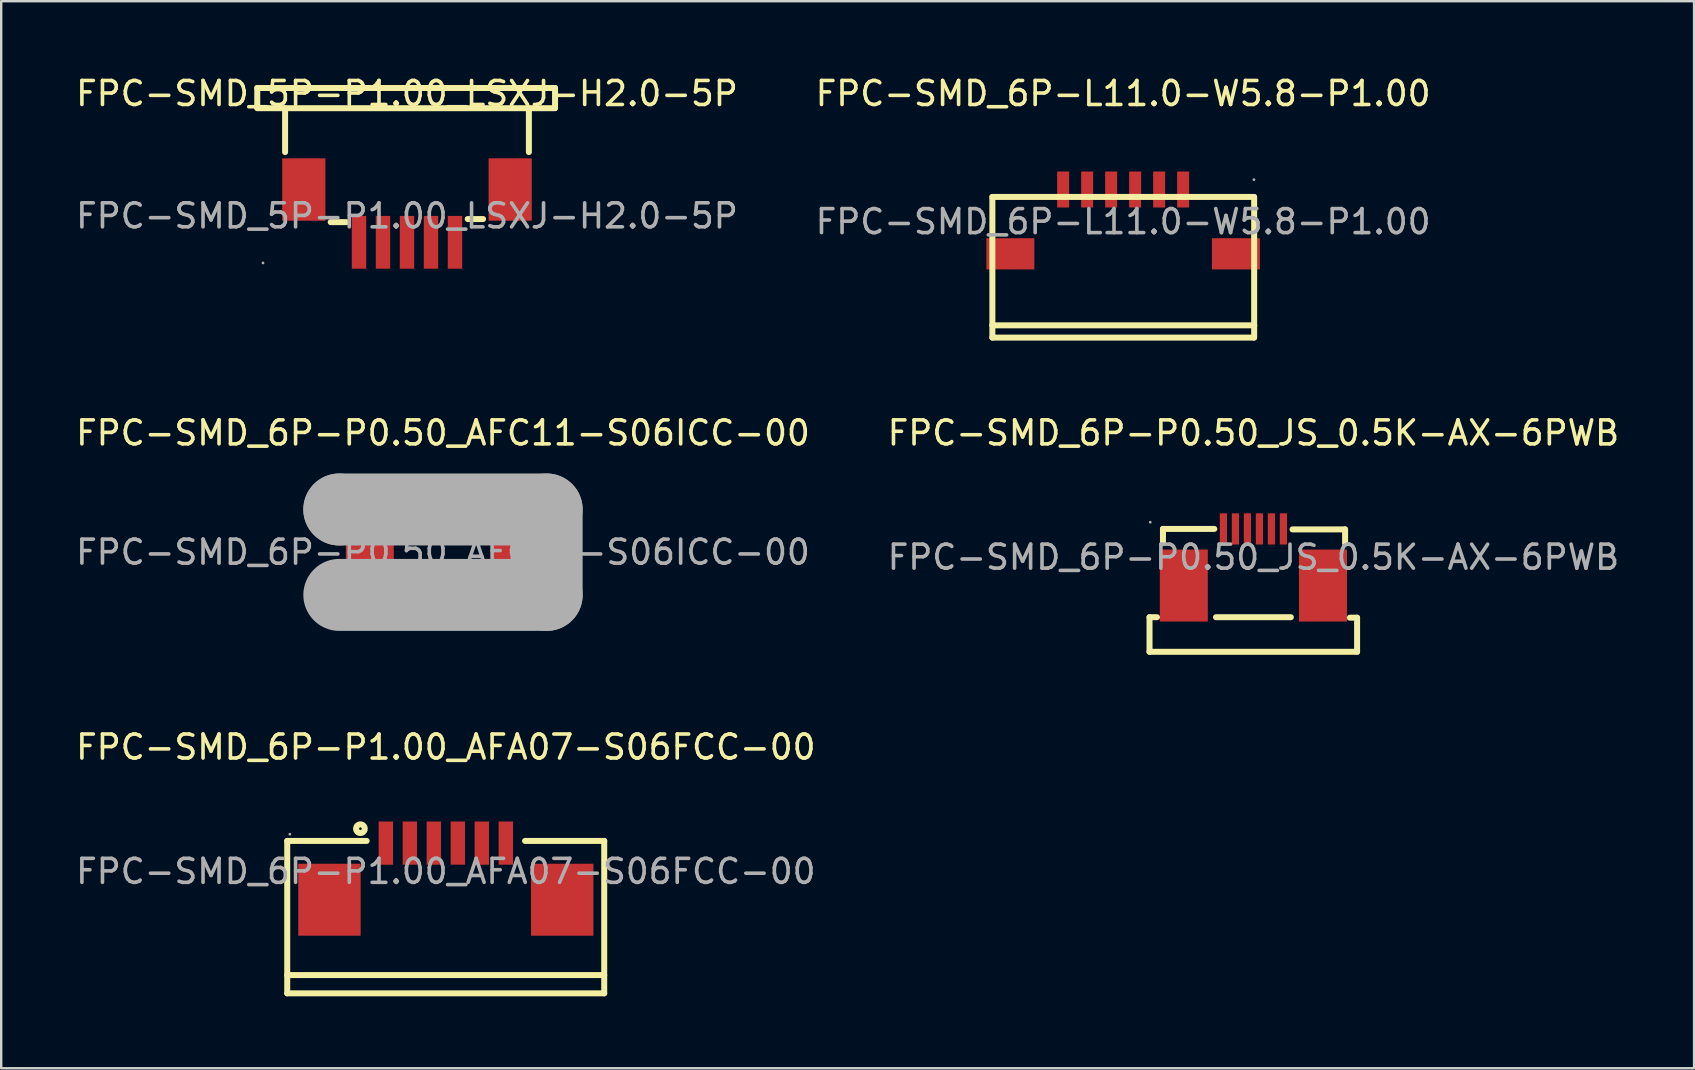
<source format=kicad_pcb>
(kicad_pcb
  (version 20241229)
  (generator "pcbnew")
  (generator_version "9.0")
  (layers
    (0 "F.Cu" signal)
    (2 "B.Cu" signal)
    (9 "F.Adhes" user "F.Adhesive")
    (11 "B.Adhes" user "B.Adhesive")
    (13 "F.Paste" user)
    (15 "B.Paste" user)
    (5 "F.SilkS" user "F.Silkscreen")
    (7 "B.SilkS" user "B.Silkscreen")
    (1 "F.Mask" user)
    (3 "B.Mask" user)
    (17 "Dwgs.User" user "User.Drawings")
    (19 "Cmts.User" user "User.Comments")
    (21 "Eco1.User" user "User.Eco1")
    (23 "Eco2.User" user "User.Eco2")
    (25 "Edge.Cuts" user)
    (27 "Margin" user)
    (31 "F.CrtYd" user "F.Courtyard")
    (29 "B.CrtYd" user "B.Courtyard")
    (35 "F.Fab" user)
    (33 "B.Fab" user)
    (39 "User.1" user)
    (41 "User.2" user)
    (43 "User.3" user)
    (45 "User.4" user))
  (footprint "FPC-SMD_6P-P1.00_AFA07-S06FCC-00"
    (layer "F.Cu")
    (at 15.53 33.265)
    (property "Reference" "FPC-SMD_6P-P1.00_AFA07-S06FCC-00" (at 0 -5.18 0) (layer "F.SilkS") (effects (font (size 1 1) (thickness 0.15))))
    (attr through_hole)
    (fp_line (start -6.61 -1.27) (end -3.3 -1.27) (stroke (width 0.25) (type solid)) (layer "F.SilkS"))
    (fp_line (start -6.61 5.08) (end -6.61 -1.27) (stroke (width 0.25) (type solid)) (layer "F.SilkS"))
    (fp_line (start 6.6 -1.27) (end 3.3 -1.27) (stroke (width 0.25) (type solid)) (layer "F.SilkS"))
    (fp_line (start 6.6 4.32) (end -6.61 4.32) (stroke (width 0.25) (type solid)) (layer "F.SilkS"))
    (fp_line (start 6.6 5.08) (end -6.61 5.08) (stroke (width 0.25) (type solid)) (layer "F.SilkS"))
    (fp_line (start 6.6 5.08) (end 6.6 -1.27) (stroke (width 0.25) (type solid)) (layer "F.SilkS"))
    (fp_circle (center -3.56 -1.78) (end -3.38 -1.78) (stroke (width 0.25) (type solid)) (fill no) (layer "F.SilkS"))
    (fp_circle (center -6.5 -1.55) (end -6.47 -1.55) (stroke (width 0.06) (type solid)) (fill no) (layer "F.Fab"))
    (fp_text user "${REFERENCE}" (at 0 0 0) (layer "F.Fab") (effects (font (size 1 1) (thickness 0.15))))
    (pad "1" smd rect (at -2.5 -1.18 180) (size 0.6 1.8) (layers "F.Cu" "F.Mask" "F.Paste"))
    (pad "2" smd rect (at -1.5 -1.18 180) (size 0.6 1.8) (layers "F.Cu" "F.Mask" "F.Paste"))
    (pad "3" smd rect (at -0.5 -1.18 180) (size 0.6 1.8) (layers "F.Cu" "F.Mask" "F.Paste"))
    (pad "4" smd rect (at 0.5 -1.18 180) (size 0.6 1.8) (layers "F.Cu" "F.Mask" "F.Paste"))
    (pad "5" smd rect (at 1.5 -1.18 180) (size 0.6 1.8) (layers "F.Cu" "F.Mask" "F.Paste"))
    (pad "6" smd rect (at 2.5 -1.18 180) (size 0.6 1.8) (layers "F.Cu" "F.Mask" "F.Paste"))
    (pad "7" smd rect (at 4.85 1.18 180) (size 2.6 3) (layers "F.Cu" "F.Mask" "F.Paste"))
    (pad "8" smd rect (at -4.85 1.18 180) (size 2.6 3) (layers "F.Cu" "F.Mask" "F.Paste")))
  (footprint "FPC-SMD_6P-P0.50_AFC11-S06ICC-00"
    (layer "F.Cu")
    (at 15.411 19.962)
    (property "Reference" "FPC-SMD_6P-P0.50_AFC11-S06ICC-00" (at 0 -4.97 0) (layer "F.SilkS") (effects (font (size 1 1) (thickness 0.15))))
    (attr through_hole)
    (fp_circle (center -1.27 2.16) (end -1.14 2.16) (stroke (width 0.25) (type solid)) (fill no) (layer "F.SilkS"))
    (fp_line (start -4.32 -1.78) (end -4.32 -1.78) (stroke (width 3) (type solid)) (layer "F.Fab"))
    (fp_line (start -4.32 -1.78) (end 4.32 -1.78) (stroke (width 3) (type solid)) (layer "F.Fab"))
    (fp_line (start 4.32 -1.78) (end 4.32 1.78) (stroke (width 3) (type solid)) (layer "F.Fab"))
    (fp_line (start 4.32 1.78) (end -4.32 1.78) (stroke (width 3) (type solid)) (layer "F.Fab"))
    (fp_circle (center -4.3 1.5) (end -4.2 1.5) (stroke (width 0.2) (type solid)) (fill no) (layer "F.Fab"))
    (fp_text user "${REFERENCE}" (at 0 0 0) (layer "F.Fab") (effects (font (size 1 1) (thickness 0.15))))
    (pad "1" smd rect (at -1.25 0.97) (size 0.4 1.15) (layers "F.Cu" "F.Mask" "F.Paste"))
    (pad "2" smd rect (at -0.75 -0.97) (size 0.4 1.15) (layers "F.Cu" "F.Mask" "F.Paste"))
    (pad "3" smd rect (at -0.25 0.97) (size 0.4 1.15) (layers "F.Cu" "F.Mask" "F.Paste"))
    (pad "4" smd rect (at 0.25 -0.97) (size 0.4 1.15) (layers "F.Cu" "F.Mask" "F.Paste"))
    (pad "5" smd rect (at 0.75 0.97) (size 0.4 1.15) (layers "F.Cu" "F.Mask" "F.Paste"))
    (pad "6" smd rect (at 1.25 -0.97) (size 0.4 1.15) (layers "F.Cu" "F.Mask" "F.Paste"))
    (pad "7" smd rect (at 3.05 0) (size 2 2.4) (layers "F.Cu" "F.Mask" "F.Paste"))
    (pad "8" smd rect (at -3.05 0) (size 2 2.4) (layers "F.Cu" "F.Mask" "F.Paste")))
  (footprint "FPC-SMD_6P-L11.0-W5.8-P1.00"
    (layer "F.Cu")
    (at 43.756 6.188)
    (property "Reference" "FPC-SMD_6P-L11.0-W5.8-P1.00" (at 0 -5.34 0) (layer "F.SilkS") (effects (font (size 1 1) (thickness 0.15))))
    (attr through_hole)
    (fp_line (start -5.45 -1.03) (end -5.45 4.32) (stroke (width 0.25) (type solid)) (layer "F.SilkS"))
    (fp_line (start -5.45 -1.03) (end 5.45 -1.03) (stroke (width 0.25) (type solid)) (layer "F.SilkS"))
    (fp_line (start -5.45 4.33) (end -5.45 4.83) (stroke (width 0.25) (type solid)) (layer "F.SilkS"))
    (fp_line (start -5.45 4.83) (end 5.45 4.83) (stroke (width 0.25) (type solid)) (layer "F.SilkS"))
    (fp_line (start -5.44 4.32) (end 5.46 4.32) (stroke (width 0.25) (type solid)) (layer "F.SilkS"))
    (fp_line (start 5.46 -1.03) (end 5.46 4.32) (stroke (width 0.25) (type solid)) (layer "F.SilkS"))
    (fp_line (start 5.46 4.33) (end 5.46 4.83) (stroke (width 0.25) (type solid)) (layer "F.SilkS"))
    (fp_circle (center 5.45 -1.75) (end 5.48 -1.75) (stroke (width 0.06) (type solid)) (fill no) (layer "F.Fab"))
    (fp_text user "${REFERENCE}" (at 0 0 0) (layer "F.Fab") (effects (font (size 1 1) (thickness 0.15))))
    (pad "1" smd rect (at 2.5 -1.34 180) (size 0.5 1.5) (layers "F.Cu" "F.Mask" "F.Paste"))
    (pad "2" smd rect (at 1.5 -1.34 180) (size 0.5 1.5) (layers "F.Cu" "F.Mask" "F.Paste"))
    (pad "3" smd rect (at 0.5 -1.34 180) (size 0.5 1.5) (layers "F.Cu" "F.Mask" "F.Paste"))
    (pad "4" smd rect (at -0.5 -1.34 180) (size 0.5 1.5) (layers "F.Cu" "F.Mask" "F.Paste"))
    (pad "5" smd rect (at -1.5 -1.34 180) (size 0.5 1.5) (layers "F.Cu" "F.Mask" "F.Paste"))
    (pad "6" smd rect (at -2.5 -1.34 180) (size 0.5 1.5) (layers "F.Cu" "F.Mask" "F.Paste"))
    (pad "7" smd rect (at 4.7 1.34) (size 2 1.3) (layers "F.Cu" "F.Mask" "F.Paste"))
    (pad "8" smd rect (at -4.7 1.34) (size 2 1.3) (layers "F.Cu" "F.Mask" "F.Paste")))
  (footprint "FPC-SMD_6P-P0.50_JS_0.5K-AX-6PWB"
    (layer "F.Cu")
    (at 49.185 20.172)
    (property "Reference" "FPC-SMD_6P-P0.50_JS_0.5K-AX-6PWB" (at 0 -5.18 0) (layer "F.SilkS") (effects (font (size 1 1) (thickness 0.15))))
    (attr through_hole)
    (fp_line (start -4.33 2.5) (end -4.02 2.5) (stroke (width 0.25) (type solid)) (layer "F.SilkS"))
    (fp_line (start -4.33 3.94) (end -4.33 2.5) (stroke (width 0.25) (type solid)) (layer "F.SilkS"))
    (fp_line (start -3.77 -1.18) (end -3.77 -0.59) (stroke (width 0.25) (type solid)) (layer "F.SilkS"))
    (fp_line (start -1.63 -1.18) (end -3.77 -1.18) (stroke (width 0.25) (type solid)) (layer "F.SilkS"))
    (fp_line (start -1.56 2.5) (end 1.56 2.5) (stroke (width 0.25) (type solid)) (layer "F.SilkS"))
    (fp_line (start 1.63 -1.16) (end 3.82 -1.16) (stroke (width 0.25) (type solid)) (layer "F.SilkS"))
    (fp_line (start 3.82 -1.16) (end 3.82 -0.58) (stroke (width 0.25) (type solid)) (layer "F.SilkS"))
    (fp_line (start 4.32 2.52) (end 4.02 2.52) (stroke (width 0.25) (type solid)) (layer "F.SilkS"))
    (fp_line (start 4.32 3.94) (end -4.33 3.94) (stroke (width 0.25) (type solid)) (layer "F.SilkS"))
    (fp_line (start 4.32 3.94) (end 4.32 2.52) (stroke (width 0.25) (type solid)) (layer "F.SilkS"))
    (fp_circle (center -4.3 -1.46) (end -4.27 -1.46) (stroke (width 0.06) (type solid)) (fill no) (layer "F.Fab"))
    (fp_text user "${REFERENCE}" (at 0 0 0) (layer "F.Fab") (effects (font (size 1 1) (thickness 0.15))))
    (pad "1" smd rect (at -1.25 -1.18) (size 0.3 1.3) (layers "F.Cu" "F.Mask" "F.Paste"))
    (pad "2" smd rect (at -0.75 -1.18) (size 0.3 1.3) (layers "F.Cu" "F.Mask" "F.Paste"))
    (pad "3" smd rect (at -0.25 -1.18) (size 0.3 1.3) (layers "F.Cu" "F.Mask" "F.Paste"))
    (pad "4" smd rect (at 0.25 -1.18) (size 0.3 1.3) (layers "F.Cu" "F.Mask" "F.Paste"))
    (pad "5" smd rect (at 0.75 -1.18) (size 0.3 1.3) (layers "F.Cu" "F.Mask" "F.Paste"))
    (pad "6" smd rect (at 1.25 -1.18) (size 0.3 1.3) (layers "F.Cu" "F.Mask" "F.Paste"))
    (pad "7" smd rect (at 2.9 1.18) (size 2 3) (layers "F.Cu" "F.Mask" "F.Paste"))
    (pad "8" smd rect (at -2.9 1.18) (size 2 3) (layers "F.Cu" "F.Mask" "F.Paste")))
  (footprint "FPC-SMD_5P-P1.00_LSXJ-H2.0-5P"
    (layer "F.Cu")
    (at 13.911 5.948)
    (property "Reference" "FPC-SMD_5P-P1.00_LSXJ-H2.0-5P" (at 0 -5.1 0) (layer "F.SilkS") (effects (font (size 1 1) (thickness 0.15))))
    (attr through_hole)
    (fp_line (start -6.24 -5.33) (end -6.24 -4.51) (stroke (width 0.25) (type solid)) (layer "F.SilkS"))
    (fp_line (start -6.24 -5.33) (end -5.04 -5.33) (stroke (width 0.25) (type solid)) (layer "F.SilkS"))
    (fp_line (start -6.24 -4.49) (end 6.17 -4.49) (stroke (width 0.25) (type solid)) (layer "F.SilkS"))
    (fp_line (start -5.08 -2.66) (end -5.08 -4.49) (stroke (width 0.25) (type solid)) (layer "F.SilkS"))
    (fp_line (start -3.18 0.26) (end -2.53 0.26) (stroke (width 0.25) (type solid)) (layer "F.SilkS"))
    (fp_line (start 2.53 0.13) (end 3.17 0.13) (stroke (width 0.25) (type solid)) (layer "F.SilkS"))
    (fp_line (start 5.08 -2.66) (end 5.08 -4.49) (stroke (width 0.25) (type solid)) (layer "F.SilkS"))
    (fp_line (start 6.17 -5.33) (end -5.03 -5.33) (stroke (width 0.25) (type solid)) (layer "F.SilkS"))
    (fp_line (start 6.17 -5.33) (end 6.17 -4.5) (stroke (width 0.25) (type solid)) (layer "F.SilkS"))
    (fp_circle (center -6 1.96) (end -5.97 1.96) (stroke (width 0.06) (type solid)) (fill no) (layer "F.Fab"))
    (fp_text user "${REFERENCE}" (at 0 0 0) (layer "F.Fab") (effects (font (size 1 1) (thickness 0.15))))
    (pad "1" smd rect (at -2 1.1) (size 0.6 2.2) (layers "F.Cu" "F.Mask" "F.Paste"))
    (pad "2" smd rect (at -1 1.1) (size 0.6 2.2) (layers "F.Cu" "F.Mask" "F.Paste"))
    (pad "3" smd rect (at 0 1.1) (size 0.6 2.2) (layers "F.Cu" "F.Mask" "F.Paste"))
    (pad "4" smd rect (at 1 1.1) (size 0.6 2.2) (layers "F.Cu" "F.Mask" "F.Paste"))
    (pad "5" smd rect (at 2 1.1) (size 0.6 2.2) (layers "F.Cu" "F.Mask" "F.Paste"))
    (pad "6" smd rect (at 4.3 -1.1 90) (size 2.6 1.8) (layers "F.Cu" "F.Mask" "F.Paste"))
    (pad "7" smd rect (at -4.3 -1.1 90) (size 2.6 1.8) (layers "F.Cu" "F.Mask" "F.Paste")))
  (gr_rect
    (start -3 -3)
    (end 67.548 41.47)
    (stroke (width 0.1) (type default))
    (fill no)
    (layer "Edge.Cuts")))
</source>
